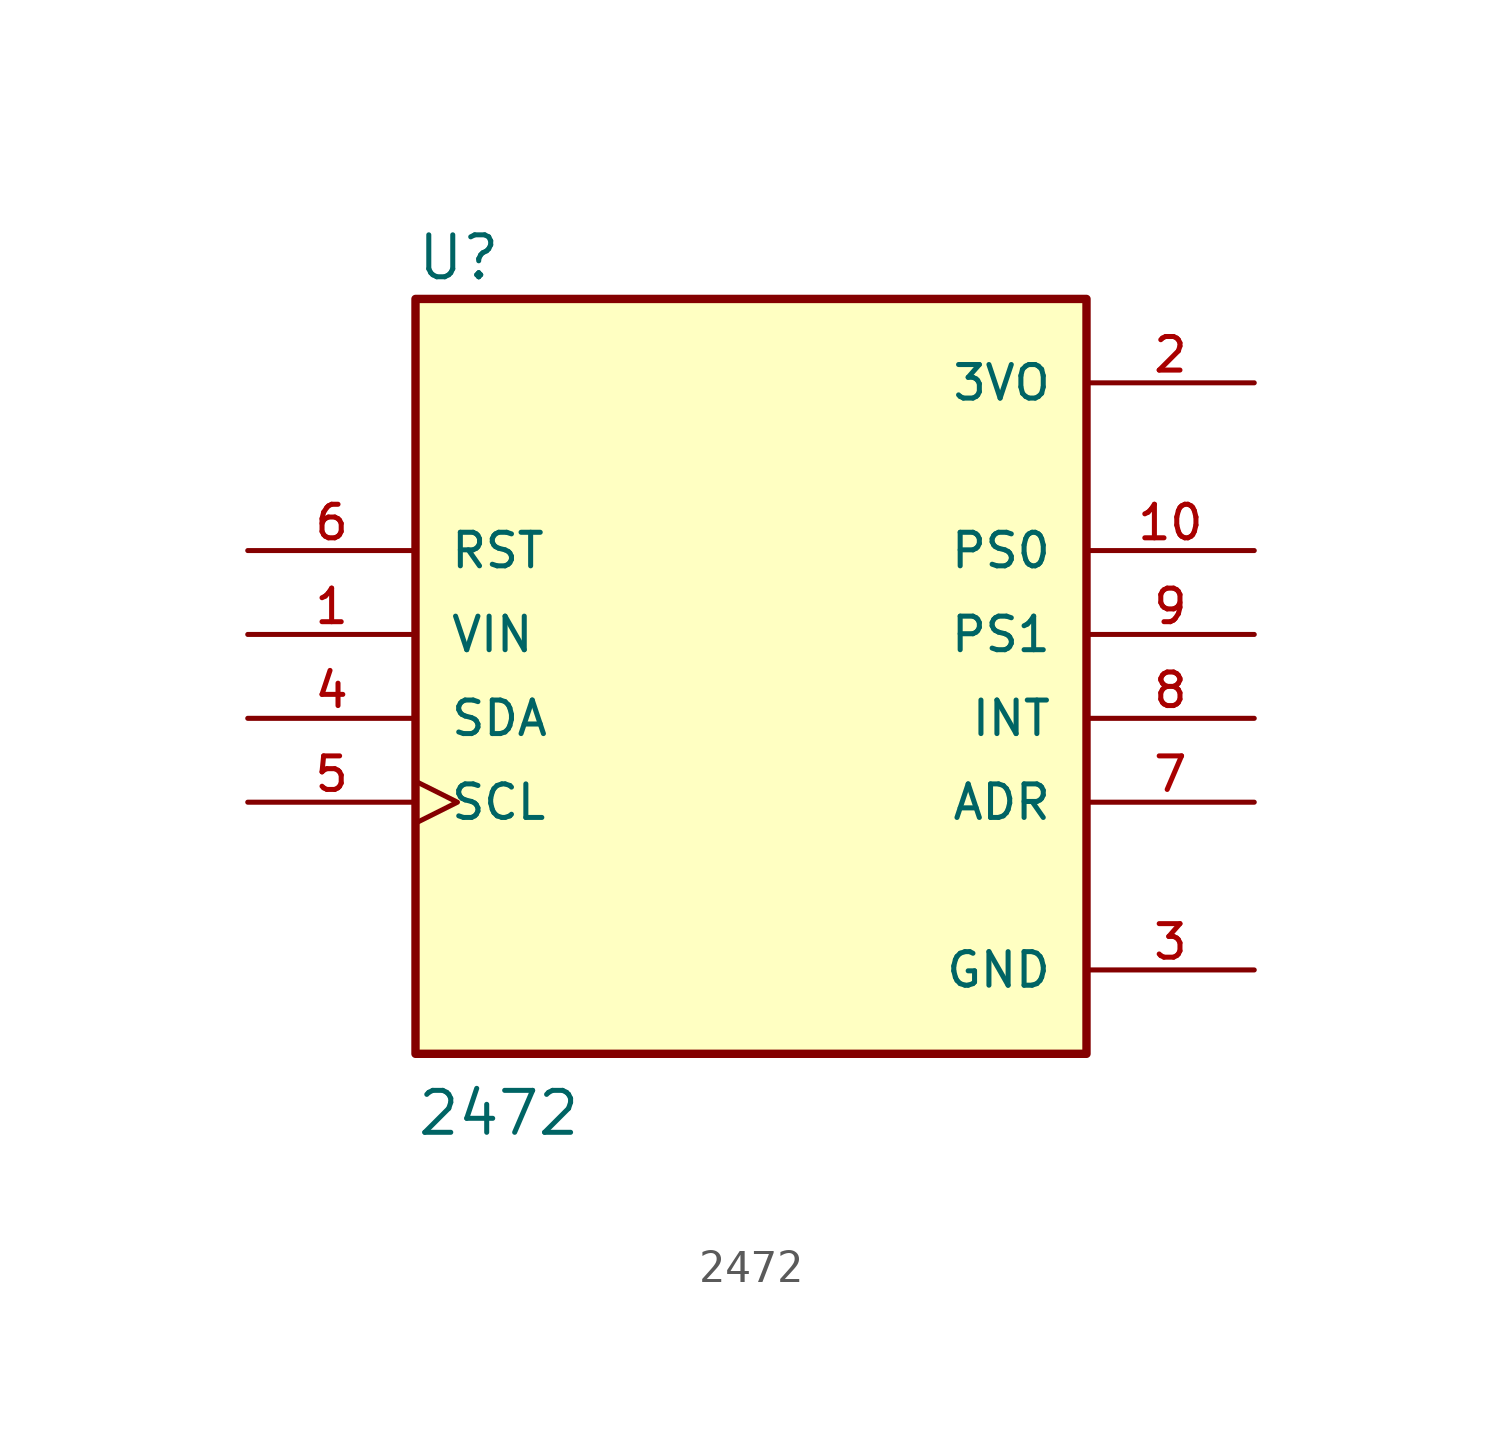
<source format=kicad_sym>
(kicad_symbol_lib
  (version 20211014)
  (generator kicad_symbol_editor)
  (symbol "2472"
    (pin_names
      (offset 1.016))
    (property "Reference" "U"
      (at -10.16 13.208 0)
      (effects (font (size 1.27 1.27)) (justify bottom left)))
    (property "Value" "2472"
      (at -10.16 -12.7 0)
      (effects (font (size 1.27 1.27)) (justify bottom left)))
    (symbol "2472_0_0"
      (rectangle (start -10.16 -10.16) (end 10.16 12.7) (stroke (width 0.254)) (fill (type background)))
      (pin input line (at -15.24 2.54 0) (length 5.08) (name "VIN" (effects (font (size 1.016 1.016)))) (number "1" (effects (font (size 1.016 1.016)))))
      (pin power_in line (at 15.24 10.16 180.0) (length 5.08) (name "3VO" (effects (font (size 1.016 1.016)))) (number "2" (effects (font (size 1.016 1.016)))))
      (pin power_in line (at 15.24 -7.62 180.0) (length 5.08) (name "GND" (effects (font (size 1.016 1.016)))) (number "3" (effects (font (size 1.016 1.016)))))
      (pin bidirectional line (at -15.24 0.0 0) (length 5.08) (name "SDA" (effects (font (size 1.016 1.016)))) (number "4" (effects (font (size 1.016 1.016)))))
      (pin input clock (at -15.24 -2.54 0) (length 5.08) (name "SCL" (effects (font (size 1.016 1.016)))) (number "5" (effects (font (size 1.016 1.016)))))
      (pin input line (at -15.24 5.08 0) (length 5.08) (name "RST" (effects (font (size 1.016 1.016)))) (number "6" (effects (font (size 1.016 1.016)))))
      (pin bidirectional line (at 15.24 5.08 180.0) (length 5.08) (name "PS0" (effects (font (size 1.016 1.016)))) (number "10" (effects (font (size 1.016 1.016)))))
      (pin bidirectional line (at 15.24 2.54 180.0) (length 5.08) (name "PS1" (effects (font (size 1.016 1.016)))) (number "9" (effects (font (size 1.016 1.016)))))
      (pin output line (at 15.24 0.0 180.0) (length 5.08) (name "INT" (effects (font (size 1.016 1.016)))) (number "8" (effects (font (size 1.016 1.016)))))
      (pin passive line (at 15.24 -2.54 180.0) (length 5.08) (name "ADR" (effects (font (size 1.016 1.016)))) (number "7" (effects (font (size 1.016 1.016))))))))
</source>
